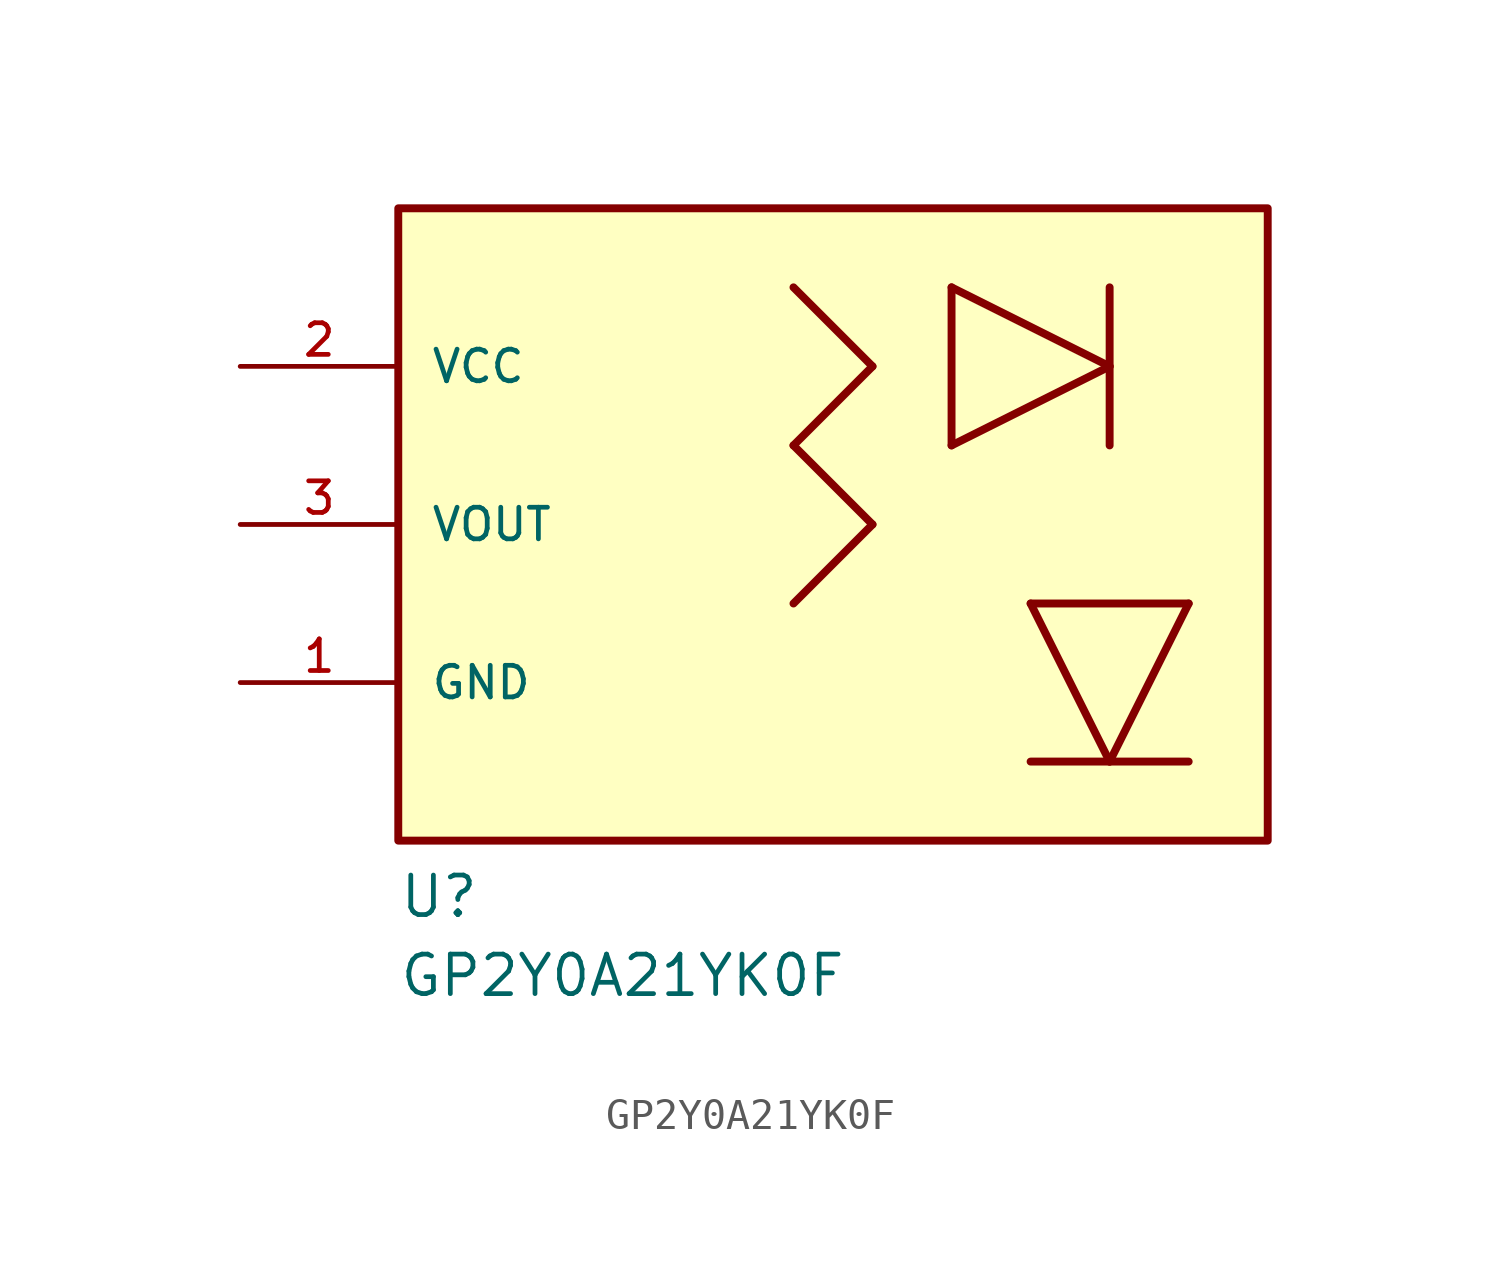
<source format=kicad_sym>
(kicad_symbol_lib
  (version 20211014)
  (generator kicad_symbol_editor)
  (symbol "GP2Y0A21YK0F"
    (pin_names
      (offset 1.016))
    (property "Reference" "U"
      (at -12.7 0.0 0)
      (effects (font (size 1.27 1.27)) (justify bottom left)))
    (property "Value" "GP2Y0A21YK0F"
      (at -12.7 -2.54 0)
      (effects (font (size 1.27 1.27)) (justify bottom left)))
    (symbol "GP2Y0A21YK0F_0_0"
      (polyline (pts (xy 7.62 10.16) (xy 10.16 5.08)) (stroke (width 0.254)))
      (polyline (pts (xy 10.16 5.08) (xy 12.7 10.16)) (stroke (width 0.254)))
      (polyline (pts (xy 12.7 10.16) (xy 7.62 10.16)) (stroke (width 0.254)))
      (polyline (pts (xy 7.62 5.08) (xy 12.7 5.08)) (stroke (width 0.254)))
      (polyline (pts (xy 5.08 20.32) (xy 5.08 15.24)) (stroke (width 0.254)))
      (polyline (pts (xy 5.08 15.24) (xy 10.16 17.78)) (stroke (width 0.254)))
      (polyline (pts (xy 10.16 17.78) (xy 5.08 20.32)) (stroke (width 0.254)))
      (polyline (pts (xy 10.16 20.32) (xy 10.16 15.24)) (stroke (width 0.254)))
      (polyline (pts (xy 0.0 20.32) (xy 2.54 17.78)) (stroke (width 0.254)))
      (polyline (pts (xy 2.54 17.78) (xy 0.0 15.24)) (stroke (width 0.254)))
      (polyline (pts (xy 0.0 15.24) (xy 2.54 12.7)) (stroke (width 0.254)))
      (polyline (pts (xy 2.54 12.7) (xy 0.0 10.16)) (stroke (width 0.254)))
      (rectangle (start -12.7 2.54) (end 15.24 22.86) (stroke (width 0.254)) (fill (type background)))
      (pin bidirectional line (at -17.78 17.78 0) (length 5.08) (name "VCC" (effects (font (size 1.016 1.016)))) (number "2" (effects (font (size 1.016 1.016)))))
      (pin bidirectional line (at -17.78 12.7 0) (length 5.08) (name "VOUT" (effects (font (size 1.016 1.016)))) (number "3" (effects (font (size 1.016 1.016)))))
      (pin bidirectional line (at -17.78 7.62 0) (length 5.08) (name "GND" (effects (font (size 1.016 1.016)))) (number "1" (effects (font (size 1.016 1.016))))))))
</source>
